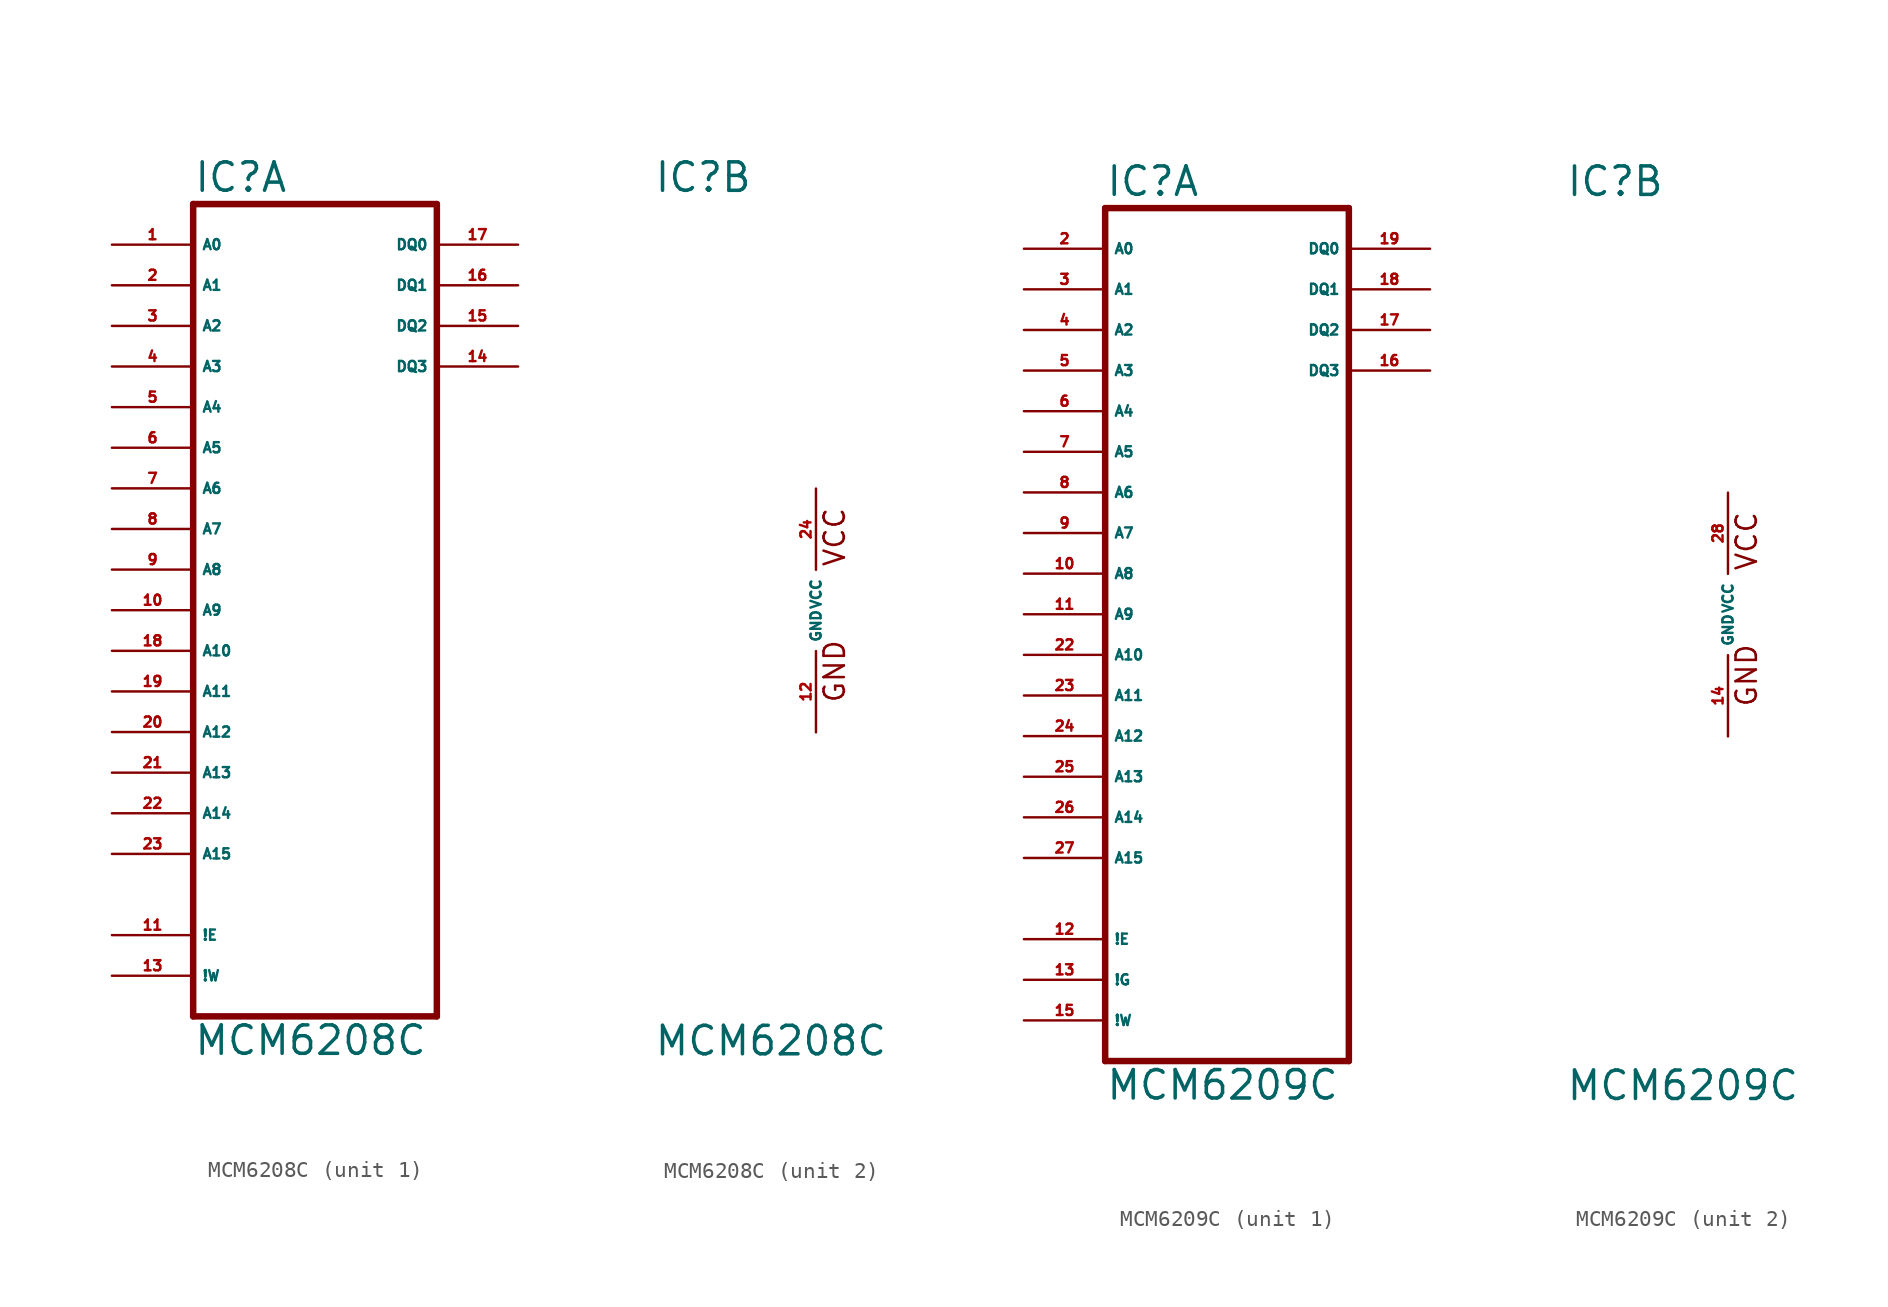
<source format=kicad_sym>
(kicad_symbol_lib
  (version 20220914)
  (generator Eagle2Kicad)
  (symbol "MCM6208C"
    (property "Reference" "IC"
      (at -10.16 26.035 0)
      (effects (font (size 1.778 1.778) (thickness 0.22)) (justify left bottom)))
    (property "Value" "MCM6208C"
      (at -10.16 -27.94 0)
      (effects (font (size 1.778 1.778) (thickness 0.22)) (justify left bottom)))
    (symbol "MCM6208C_1_0"
      (polyline (pts (xy -10.16 25.4) (xy -10.16 -25.4)) (stroke (width 0.406) (type default)) (fill (type none)))
      (polyline (pts (xy 5.08 -25.4) (xy -10.16 -25.4)) (stroke (width 0.406) (type default)) (fill (type none)))
      (polyline (pts (xy 5.08 -25.4) (xy 5.08 25.4)) (stroke (width 0.406) (type default)) (fill (type none)))
      (polyline (pts (xy -10.16 25.4) (xy 5.08 25.4)) (stroke (width 0.406) (type default)) (fill (type none)))
      (pin input line (at -15.24 22.86 0) (length 5.08) (name "A0" (effects (font (size 0.635 0.635) (thickness 0.08)) (justify left bottom))) (number "1" (effects (font (size 0.635 0.635) (thickness 0.08)) (justify left bottom))))
      (pin input line (at -15.24 20.32 0) (length 5.08) (name "A1" (effects (font (size 0.635 0.635) (thickness 0.08)) (justify left bottom))) (number "2" (effects (font (size 0.635 0.635) (thickness 0.08)) (justify left bottom))))
      (pin input line (at -15.24 17.78 0) (length 5.08) (name "A2" (effects (font (size 0.635 0.635) (thickness 0.08)) (justify left bottom))) (number "3" (effects (font (size 0.635 0.635) (thickness 0.08)) (justify left bottom))))
      (pin input line (at -15.24 15.24 0) (length 5.08) (name "A3" (effects (font (size 0.635 0.635) (thickness 0.08)) (justify left bottom))) (number "4" (effects (font (size 0.635 0.635) (thickness 0.08)) (justify left bottom))))
      (pin input line (at -15.24 12.7 0) (length 5.08) (name "A4" (effects (font (size 0.635 0.635) (thickness 0.08)) (justify left bottom))) (number "5" (effects (font (size 0.635 0.635) (thickness 0.08)) (justify left bottom))))
      (pin input line (at -15.24 10.16 0) (length 5.08) (name "A5" (effects (font (size 0.635 0.635) (thickness 0.08)) (justify left bottom))) (number "6" (effects (font (size 0.635 0.635) (thickness 0.08)) (justify left bottom))))
      (pin input line (at -15.24 7.62 0) (length 5.08) (name "A6" (effects (font (size 0.635 0.635) (thickness 0.08)) (justify left bottom))) (number "7" (effects (font (size 0.635 0.635) (thickness 0.08)) (justify left bottom))))
      (pin input line (at -15.24 5.08 0) (length 5.08) (name "A7" (effects (font (size 0.635 0.635) (thickness 0.08)) (justify left bottom))) (number "8" (effects (font (size 0.635 0.635) (thickness 0.08)) (justify left bottom))))
      (pin input line (at -15.24 2.54 0) (length 5.08) (name "A8" (effects (font (size 0.635 0.635) (thickness 0.08)) (justify left bottom))) (number "9" (effects (font (size 0.635 0.635) (thickness 0.08)) (justify left bottom))))
      (pin bidirectional line (at 10.16 22.86 180) (length 5.08) (name "DQ0" (effects (font (size 0.635 0.635) (thickness 0.08)) (justify left bottom))) (number "17" (effects (font (size 0.635 0.635) (thickness 0.08)) (justify left bottom))))
      (pin bidirectional line (at 10.16 20.32 180) (length 5.08) (name "DQ1" (effects (font (size 0.635 0.635) (thickness 0.08)) (justify left bottom))) (number "16" (effects (font (size 0.635 0.635) (thickness 0.08)) (justify left bottom))))
      (pin bidirectional line (at 10.16 17.78 180) (length 5.08) (name "DQ2" (effects (font (size 0.635 0.635) (thickness 0.08)) (justify left bottom))) (number "15" (effects (font (size 0.635 0.635) (thickness 0.08)) (justify left bottom))))
      (pin bidirectional line (at 10.16 15.24 180) (length 5.08) (name "DQ3" (effects (font (size 0.635 0.635) (thickness 0.08)) (justify left bottom))) (number "14" (effects (font (size 0.635 0.635) (thickness 0.08)) (justify left bottom))))
      (pin input line (at -15.24 0 0) (length 5.08) (name "A9" (effects (font (size 0.635 0.635) (thickness 0.08)) (justify left bottom))) (number "10" (effects (font (size 0.635 0.635) (thickness 0.08)) (justify left bottom))))
      (pin input line (at -15.24 -2.54 0) (length 5.08) (name "A10" (effects (font (size 0.635 0.635) (thickness 0.08)) (justify left bottom))) (number "18" (effects (font (size 0.635 0.635) (thickness 0.08)) (justify left bottom))))
      (pin input line (at -15.24 -5.08 0) (length 5.08) (name "A11" (effects (font (size 0.635 0.635) (thickness 0.08)) (justify left bottom))) (number "19" (effects (font (size 0.635 0.635) (thickness 0.08)) (justify left bottom))))
      (pin input line (at -15.24 -7.62 0) (length 5.08) (name "A12" (effects (font (size 0.635 0.635) (thickness 0.08)) (justify left bottom))) (number "20" (effects (font (size 0.635 0.635) (thickness 0.08)) (justify left bottom))))
      (pin input line (at -15.24 -10.16 0) (length 5.08) (name "A13" (effects (font (size 0.635 0.635) (thickness 0.08)) (justify left bottom))) (number "21" (effects (font (size 0.635 0.635) (thickness 0.08)) (justify left bottom))))
      (pin input line (at -15.24 -12.7 0) (length 5.08) (name "A14" (effects (font (size 0.635 0.635) (thickness 0.08)) (justify left bottom))) (number "22" (effects (font (size 0.635 0.635) (thickness 0.08)) (justify left bottom))))
      (pin input line (at -15.24 -20.32 0) (length 5.08) (name "!E" (effects (font (size 0.635 0.635) (thickness 0.08)) (justify left bottom))) (number "11" (effects (font (size 0.635 0.635) (thickness 0.08)) (justify left bottom))))
      (pin input line (at -15.24 -15.24 0) (length 5.08) (name "A15" (effects (font (size 0.635 0.635) (thickness 0.08)) (justify left bottom))) (number "23" (effects (font (size 0.635 0.635) (thickness 0.08)) (justify left bottom))))
      (pin input line (at -15.24 -22.86 0) (length 5.08) (name "!W" (effects (font (size 0.635 0.635) (thickness 0.08)) (justify left bottom))) (number "13" (effects (font (size 0.635 0.635) (thickness 0.08)) (justify left bottom)))))
    (symbol "MCM6208C_2_0"
      (text "GND" (at 1.905 -5.842 900) (effects (font (size 1.27 1.27) (thickness 0.16)) (justify left bottom)))
      (text "VCC" (at 1.905 2.667 900) (effects (font (size 1.27 1.27) (thickness 0.16)) (justify left bottom)))
      (pin unspecified line (at 0 -7.62 90) (length 5.08) (name "GND" (effects (font (size 0.635 0.635) (thickness 0.08)) (justify left bottom))) (number "12" (effects (font (size 0.635 0.635) (thickness 0.08)) (justify left bottom))))
      (pin unspecified line (at 0 7.62 270) (length 5.08) (name "VCC" (effects (font (size 0.635 0.635) (thickness 0.08)) (justify left bottom))) (number "24" (effects (font (size 0.635 0.635) (thickness 0.08)) (justify left bottom))))))
  (symbol "MCM6209C"
    (property "Reference" "IC"
      (at -10.16 26.035 0)
      (effects (font (size 1.778 1.778) (thickness 0.22)) (justify left bottom)))
    (property "Value" "MCM6209C"
      (at -10.16 -30.48 0)
      (effects (font (size 1.778 1.778) (thickness 0.22)) (justify left bottom)))
    (symbol "MCM6209C_1_0"
      (polyline (pts (xy -10.16 25.4) (xy -10.16 -27.94)) (stroke (width 0.406) (type default)) (fill (type none)))
      (polyline (pts (xy 5.08 -27.94) (xy -10.16 -27.94)) (stroke (width 0.406) (type default)) (fill (type none)))
      (polyline (pts (xy 5.08 -27.94) (xy 5.08 25.4)) (stroke (width 0.406) (type default)) (fill (type none)))
      (polyline (pts (xy -10.16 25.4) (xy 5.08 25.4)) (stroke (width 0.406) (type default)) (fill (type none)))
      (pin input line (at -15.24 22.86 0) (length 5.08) (name "A0" (effects (font (size 0.635 0.635) (thickness 0.08)) (justify left bottom))) (number "2" (effects (font (size 0.635 0.635) (thickness 0.08)) (justify left bottom))))
      (pin input line (at -15.24 20.32 0) (length 5.08) (name "A1" (effects (font (size 0.635 0.635) (thickness 0.08)) (justify left bottom))) (number "3" (effects (font (size 0.635 0.635) (thickness 0.08)) (justify left bottom))))
      (pin input line (at -15.24 17.78 0) (length 5.08) (name "A2" (effects (font (size 0.635 0.635) (thickness 0.08)) (justify left bottom))) (number "4" (effects (font (size 0.635 0.635) (thickness 0.08)) (justify left bottom))))
      (pin input line (at -15.24 15.24 0) (length 5.08) (name "A3" (effects (font (size 0.635 0.635) (thickness 0.08)) (justify left bottom))) (number "5" (effects (font (size 0.635 0.635) (thickness 0.08)) (justify left bottom))))
      (pin input line (at -15.24 12.7 0) (length 5.08) (name "A4" (effects (font (size 0.635 0.635) (thickness 0.08)) (justify left bottom))) (number "6" (effects (font (size 0.635 0.635) (thickness 0.08)) (justify left bottom))))
      (pin input line (at -15.24 10.16 0) (length 5.08) (name "A5" (effects (font (size 0.635 0.635) (thickness 0.08)) (justify left bottom))) (number "7" (effects (font (size 0.635 0.635) (thickness 0.08)) (justify left bottom))))
      (pin input line (at -15.24 7.62 0) (length 5.08) (name "A6" (effects (font (size 0.635 0.635) (thickness 0.08)) (justify left bottom))) (number "8" (effects (font (size 0.635 0.635) (thickness 0.08)) (justify left bottom))))
      (pin input line (at -15.24 5.08 0) (length 5.08) (name "A7" (effects (font (size 0.635 0.635) (thickness 0.08)) (justify left bottom))) (number "9" (effects (font (size 0.635 0.635) (thickness 0.08)) (justify left bottom))))
      (pin input line (at -15.24 2.54 0) (length 5.08) (name "A8" (effects (font (size 0.635 0.635) (thickness 0.08)) (justify left bottom))) (number "10" (effects (font (size 0.635 0.635) (thickness 0.08)) (justify left bottom))))
      (pin bidirectional line (at 10.16 22.86 180) (length 5.08) (name "DQ0" (effects (font (size 0.635 0.635) (thickness 0.08)) (justify left bottom))) (number "19" (effects (font (size 0.635 0.635) (thickness 0.08)) (justify left bottom))))
      (pin bidirectional line (at 10.16 20.32 180) (length 5.08) (name "DQ1" (effects (font (size 0.635 0.635) (thickness 0.08)) (justify left bottom))) (number "18" (effects (font (size 0.635 0.635) (thickness 0.08)) (justify left bottom))))
      (pin bidirectional line (at 10.16 17.78 180) (length 5.08) (name "DQ2" (effects (font (size 0.635 0.635) (thickness 0.08)) (justify left bottom))) (number "17" (effects (font (size 0.635 0.635) (thickness 0.08)) (justify left bottom))))
      (pin bidirectional line (at 10.16 15.24 180) (length 5.08) (name "DQ3" (effects (font (size 0.635 0.635) (thickness 0.08)) (justify left bottom))) (number "16" (effects (font (size 0.635 0.635) (thickness 0.08)) (justify left bottom))))
      (pin input line (at -15.24 -15.24 0) (length 5.08) (name "A15" (effects (font (size 0.635 0.635) (thickness 0.08)) (justify left bottom))) (number "27" (effects (font (size 0.635 0.635) (thickness 0.08)) (justify left bottom))))
      (pin input line (at -15.24 0 0) (length 5.08) (name "A9" (effects (font (size 0.635 0.635) (thickness 0.08)) (justify left bottom))) (number "11" (effects (font (size 0.635 0.635) (thickness 0.08)) (justify left bottom))))
      (pin input line (at -15.24 -2.54 0) (length 5.08) (name "A10" (effects (font (size 0.635 0.635) (thickness 0.08)) (justify left bottom))) (number "22" (effects (font (size 0.635 0.635) (thickness 0.08)) (justify left bottom))))
      (pin input line (at -15.24 -5.08 0) (length 5.08) (name "A11" (effects (font (size 0.635 0.635) (thickness 0.08)) (justify left bottom))) (number "23" (effects (font (size 0.635 0.635) (thickness 0.08)) (justify left bottom))))
      (pin input line (at -15.24 -7.62 0) (length 5.08) (name "A12" (effects (font (size 0.635 0.635) (thickness 0.08)) (justify left bottom))) (number "24" (effects (font (size 0.635 0.635) (thickness 0.08)) (justify left bottom))))
      (pin input line (at -15.24 -10.16 0) (length 5.08) (name "A13" (effects (font (size 0.635 0.635) (thickness 0.08)) (justify left bottom))) (number "25" (effects (font (size 0.635 0.635) (thickness 0.08)) (justify left bottom))))
      (pin input line (at -15.24 -12.7 0) (length 5.08) (name "A14" (effects (font (size 0.635 0.635) (thickness 0.08)) (justify left bottom))) (number "26" (effects (font (size 0.635 0.635) (thickness 0.08)) (justify left bottom))))
      (pin input line (at -15.24 -20.32 0) (length 5.08) (name "!E" (effects (font (size 0.635 0.635) (thickness 0.08)) (justify left bottom))) (number "12" (effects (font (size 0.635 0.635) (thickness 0.08)) (justify left bottom))))
      (pin input line (at -15.24 -22.86 0) (length 5.08) (name "!G" (effects (font (size 0.635 0.635) (thickness 0.08)) (justify left bottom))) (number "13" (effects (font (size 0.635 0.635) (thickness 0.08)) (justify left bottom))))
      (pin input line (at -15.24 -25.4 0) (length 5.08) (name "!W" (effects (font (size 0.635 0.635) (thickness 0.08)) (justify left bottom))) (number "15" (effects (font (size 0.635 0.635) (thickness 0.08)) (justify left bottom)))))
    (symbol "MCM6209C_2_0"
      (text "GND" (at 1.905 -5.842 900) (effects (font (size 1.27 1.27) (thickness 0.16)) (justify left bottom)))
      (text "VCC" (at 1.905 2.667 900) (effects (font (size 1.27 1.27) (thickness 0.16)) (justify left bottom)))
      (pin unspecified line (at 0 -7.62 90) (length 5.08) (name "GND" (effects (font (size 0.635 0.635) (thickness 0.08)) (justify left bottom))) (number "14" (effects (font (size 0.635 0.635) (thickness 0.08)) (justify left bottom))))
      (pin unspecified line (at 0 7.62 270) (length 5.08) (name "VCC" (effects (font (size 0.635 0.635) (thickness 0.08)) (justify left bottom))) (number "28" (effects (font (size 0.635 0.635) (thickness 0.08)) (justify left bottom)))))))
</source>
